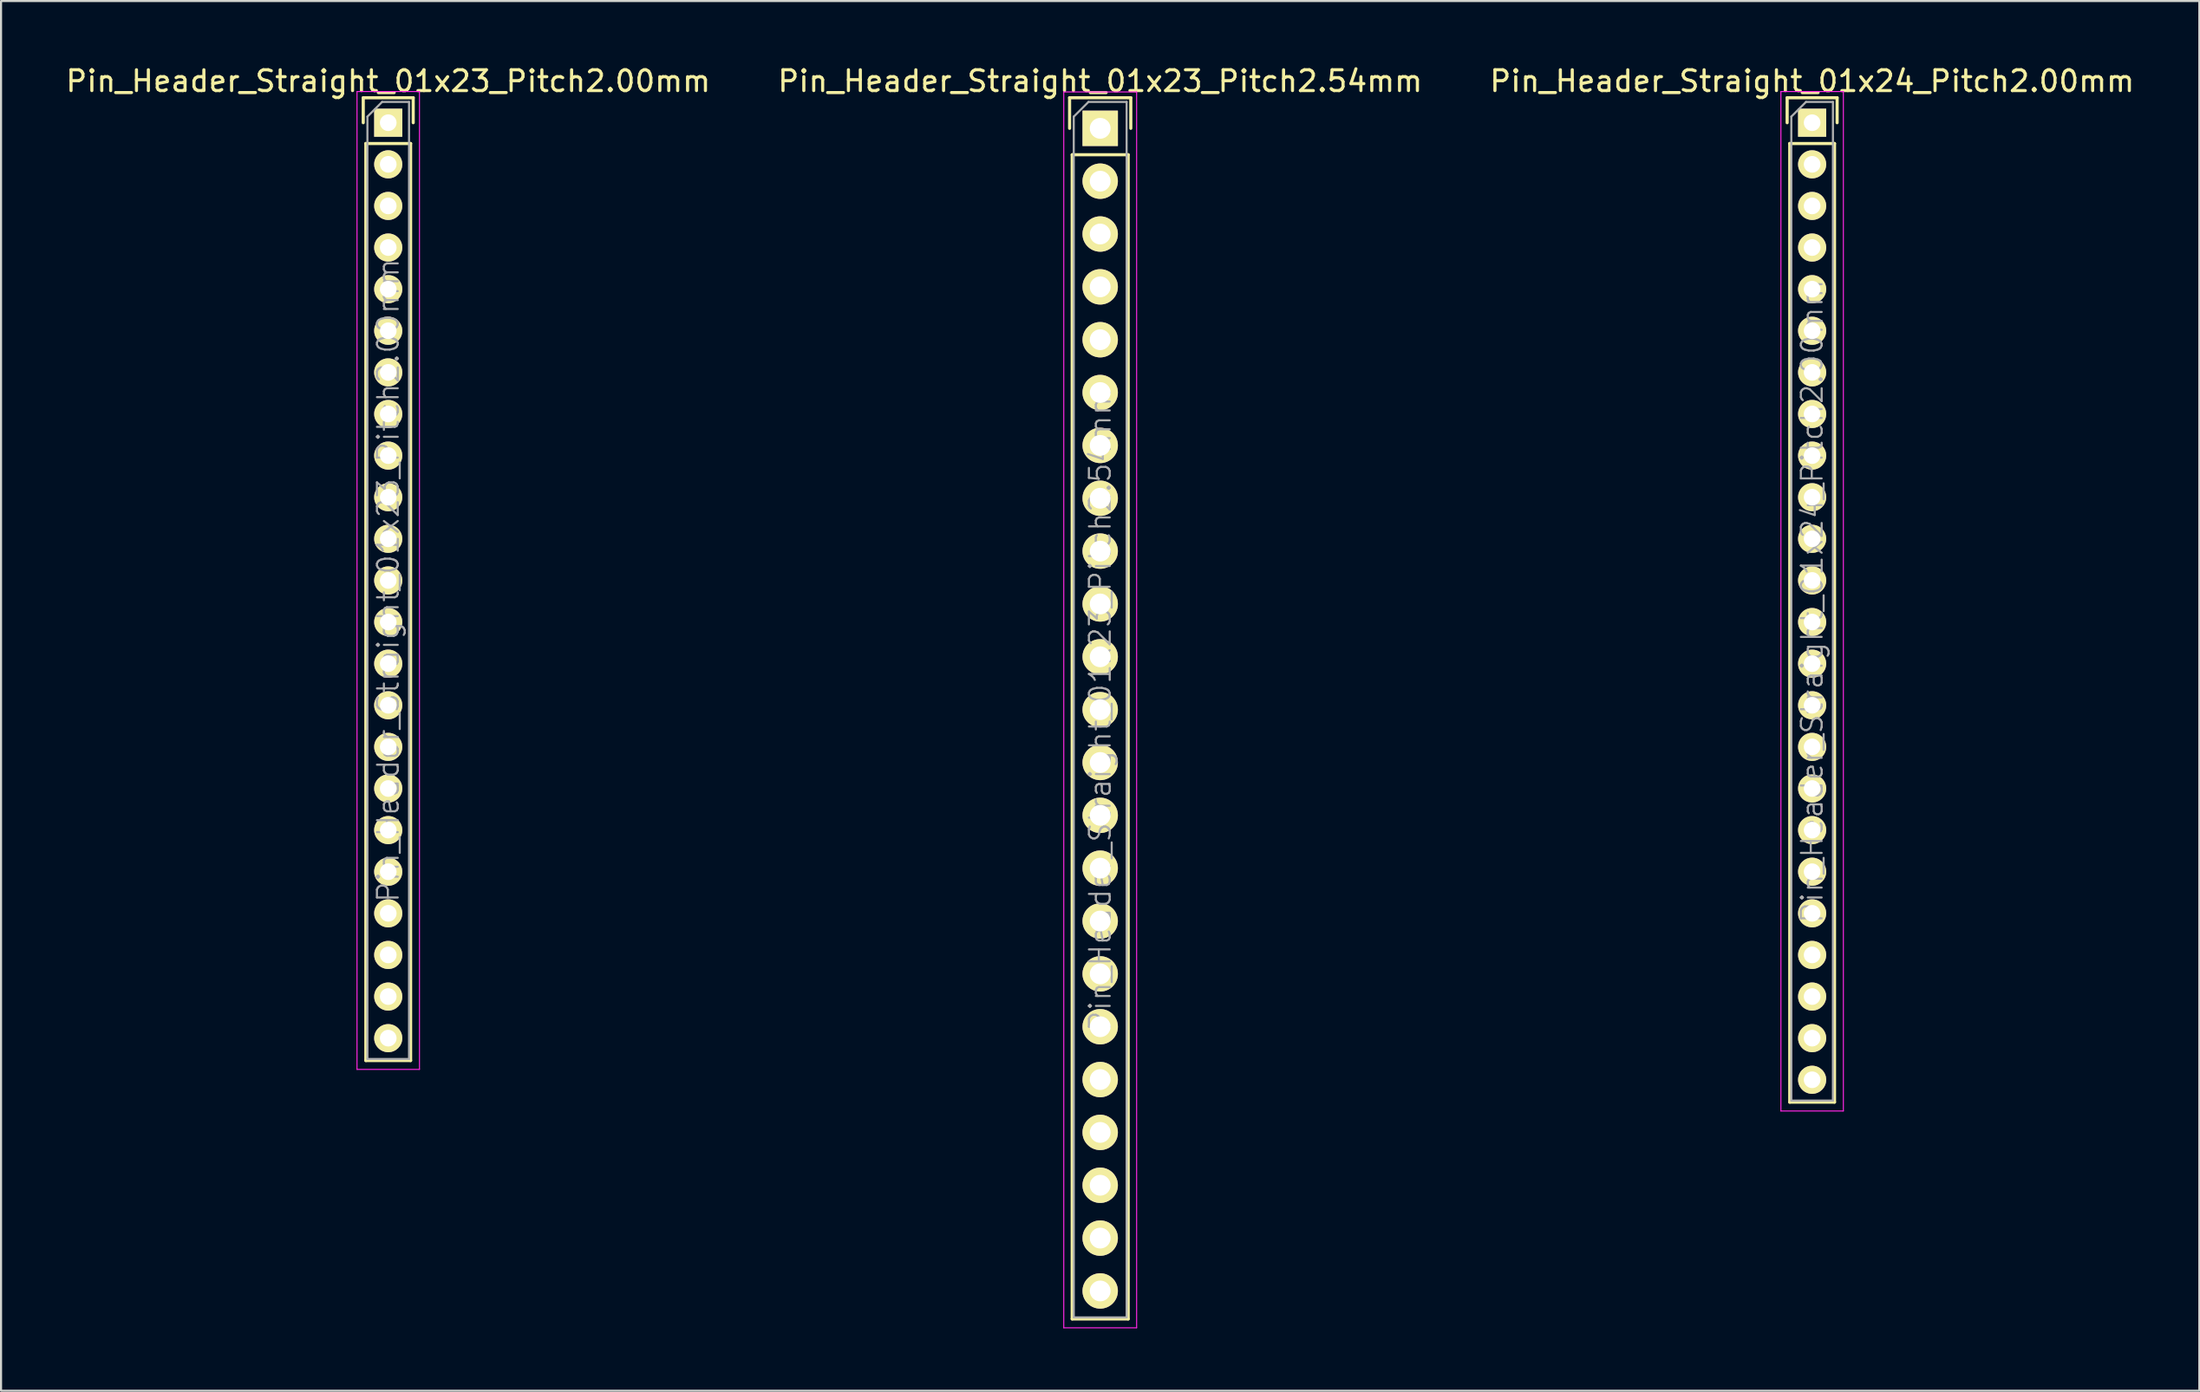
<source format=kicad_pcb>
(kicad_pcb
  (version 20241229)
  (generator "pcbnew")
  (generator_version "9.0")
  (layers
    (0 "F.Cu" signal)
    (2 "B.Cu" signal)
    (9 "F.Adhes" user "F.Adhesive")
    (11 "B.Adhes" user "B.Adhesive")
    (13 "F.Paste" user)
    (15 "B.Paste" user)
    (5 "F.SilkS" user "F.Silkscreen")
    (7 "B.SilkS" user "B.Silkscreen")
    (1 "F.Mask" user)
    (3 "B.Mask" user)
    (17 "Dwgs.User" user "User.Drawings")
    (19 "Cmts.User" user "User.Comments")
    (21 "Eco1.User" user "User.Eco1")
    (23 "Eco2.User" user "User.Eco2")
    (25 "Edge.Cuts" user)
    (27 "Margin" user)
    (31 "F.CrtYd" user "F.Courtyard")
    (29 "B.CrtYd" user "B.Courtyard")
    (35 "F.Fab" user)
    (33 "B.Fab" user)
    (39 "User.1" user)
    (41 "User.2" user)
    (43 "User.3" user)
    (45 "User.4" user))
  (footprint "Pin_Header_Straight_01x24_Pitch2.00mm"
    (layer "F.Cu")
    (at 84.006 2.848)
    (property "Reference" "Pin_Header_Straight_01x24_Pitch2.00mm" (at 0 -2 0) (layer "F.SilkS") (effects (font (size 1 1) (thickness 0.15))))
    (attr smd)
    (fp_line (start -1.2 -1.2) (end -1.2 0) (stroke (width 0.15) (type solid)) (layer "F.SilkS"))
    (fp_line (start -1.2 -1.2) (end 1.2 -1.2) (stroke (width 0.15) (type solid)) (layer "F.SilkS"))
    (fp_line (start -1.075 1) (end -1.075 47.075) (stroke (width 0.15) (type solid)) (layer "F.SilkS"))
    (fp_line (start -1.075 1) (end 1.075 1) (stroke (width 0.15) (type solid)) (layer "F.SilkS"))
    (fp_line (start -1.075 47.075) (end 1.075 47.075) (stroke (width 0.15) (type solid)) (layer "F.SilkS"))
    (fp_line (start 1.075 1) (end 1.075 47.075) (stroke (width 0.15) (type solid)) (layer "F.SilkS"))
    (fp_line (start 1.2 -1.2) (end 1.2 0) (stroke (width 0.15) (type solid)) (layer "F.SilkS"))
    (fp_line (start -1.5 -1.5) (end -1.5 47.5) (stroke (width 0.05) (type solid)) (layer "F.CrtYd"))
    (fp_line (start 1.5 -1.5) (end -1.5 -1.5) (stroke (width 0.05) (type solid)) (layer "F.CrtYd"))
    (fp_line (start 1.5 -1.5) (end 1.5 47.5) (stroke (width 0.05) (type solid)) (layer "F.CrtYd"))
    (fp_line (start 1.5 47.5) (end -1.5 47.5) (stroke (width 0.05) (type solid)) (layer "F.CrtYd"))
    (fp_line (start -1 -0.293) (end -0.293 -1) (stroke (width 0.1) (type solid)) (layer "F.Fab"))
    (fp_line (start -1 47) (end -1 -0.293) (stroke (width 0.1) (type solid)) (layer "F.Fab"))
    (fp_line (start 1 -1) (end -0.293 -1) (stroke (width 0.1) (type solid)) (layer "F.Fab"))
    (fp_line (start 1 47) (end -1 47) (stroke (width 0.1) (type solid)) (layer "F.Fab"))
    (fp_line (start 1 47) (end 1 -1) (stroke (width 0.1) (type solid)) (layer "F.Fab"))
    (fp_text user "${REFERENCE}" (at 0 23 90) (layer "F.Fab") (effects (font (size 1 1) (thickness 0.1))))
    (pad "1" thru_hole rect (at 0 0) (size 1.35 1.35) (drill 0.8) (layers "*.Cu" "*.Mask" "F.SilkS"))
    (pad "2" thru_hole oval (at 0 2) (size 1.35 1.35) (drill 0.8) (layers "*.Cu" "*.Mask" "F.SilkS"))
    (pad "3" thru_hole oval (at 0 4) (size 1.35 1.35) (drill 0.8) (layers "*.Cu" "*.Mask" "F.SilkS"))
    (pad "4" thru_hole oval (at 0 6) (size 1.35 1.35) (drill 0.8) (layers "*.Cu" "*.Mask" "F.SilkS"))
    (pad "5" thru_hole oval (at 0 8) (size 1.35 1.35) (drill 0.8) (layers "*.Cu" "*.Mask" "F.SilkS"))
    (pad "6" thru_hole oval (at 0 10) (size 1.35 1.35) (drill 0.8) (layers "*.Cu" "*.Mask" "F.SilkS"))
    (pad "7" thru_hole oval (at 0 12) (size 1.35 1.35) (drill 0.8) (layers "*.Cu" "*.Mask" "F.SilkS"))
    (pad "8" thru_hole oval (at 0 14) (size 1.35 1.35) (drill 0.8) (layers "*.Cu" "*.Mask" "F.SilkS"))
    (pad "9" thru_hole oval (at 0 16) (size 1.35 1.35) (drill 0.8) (layers "*.Cu" "*.Mask" "F.SilkS"))
    (pad "10" thru_hole oval (at 0 18) (size 1.35 1.35) (drill 0.8) (layers "*.Cu" "*.Mask" "F.SilkS"))
    (pad "11" thru_hole oval (at 0 20) (size 1.35 1.35) (drill 0.8) (layers "*.Cu" "*.Mask" "F.SilkS"))
    (pad "12" thru_hole oval (at 0 22) (size 1.35 1.35) (drill 0.8) (layers "*.Cu" "*.Mask" "F.SilkS"))
    (pad "13" thru_hole oval (at 0 24) (size 1.35 1.35) (drill 0.8) (layers "*.Cu" "*.Mask" "F.SilkS"))
    (pad "14" thru_hole oval (at 0 26) (size 1.35 1.35) (drill 0.8) (layers "*.Cu" "*.Mask" "F.SilkS"))
    (pad "15" thru_hole oval (at 0 28) (size 1.35 1.35) (drill 0.8) (layers "*.Cu" "*.Mask" "F.SilkS"))
    (pad "16" thru_hole oval (at 0 30) (size 1.35 1.35) (drill 0.8) (layers "*.Cu" "*.Mask" "F.SilkS"))
    (pad "17" thru_hole oval (at 0 32) (size 1.35 1.35) (drill 0.8) (layers "*.Cu" "*.Mask" "F.SilkS"))
    (pad "18" thru_hole oval (at 0 34) (size 1.35 1.35) (drill 0.8) (layers "*.Cu" "*.Mask" "F.SilkS"))
    (pad "19" thru_hole oval (at 0 36) (size 1.35 1.35) (drill 0.8) (layers "*.Cu" "*.Mask" "F.SilkS"))
    (pad "20" thru_hole oval (at 0 38) (size 1.35 1.35) (drill 0.8) (layers "*.Cu" "*.Mask" "F.SilkS"))
    (pad "21" thru_hole oval (at 0 40) (size 1.35 1.35) (drill 0.8) (layers "*.Cu" "*.Mask" "F.SilkS"))
    (pad "22" thru_hole oval (at 0 42) (size 1.35 1.35) (drill 0.8) (layers "*.Cu" "*.Mask" "F.SilkS"))
    (pad "23" thru_hole oval (at 0 44) (size 1.35 1.35) (drill 0.8) (layers "*.Cu" "*.Mask" "F.SilkS"))
    (pad "24" thru_hole oval (at 0 46) (size 1.35 1.35) (drill 0.8) (layers "*.Cu" "*.Mask" "F.SilkS")))
  (footprint "Pin_Header_Straight_01x23_Pitch2.54mm"
    (layer "F.Cu")
    (at 49.804 3.118)
    (property "Reference" "Pin_Header_Straight_01x23_Pitch2.54mm" (at 0 -2.27 0) (layer "F.SilkS") (effects (font (size 1 1) (thickness 0.15))))
    (attr smd)
    (fp_line (start -1.47 -1.47) (end -1.47 0) (stroke (width 0.15) (type solid)) (layer "F.SilkS"))
    (fp_line (start -1.47 -1.47) (end 1.47 -1.47) (stroke (width 0.15) (type solid)) (layer "F.SilkS"))
    (fp_line (start -1.345 1.27) (end -1.345 57.225) (stroke (width 0.15) (type solid)) (layer "F.SilkS"))
    (fp_line (start -1.345 1.27) (end 1.345 1.27) (stroke (width 0.15) (type solid)) (layer "F.SilkS"))
    (fp_line (start -1.345 57.225) (end 1.345 57.225) (stroke (width 0.15) (type solid)) (layer "F.SilkS"))
    (fp_line (start 1.345 1.27) (end 1.345 57.225) (stroke (width 0.15) (type solid)) (layer "F.SilkS"))
    (fp_line (start 1.47 -1.47) (end 1.47 0) (stroke (width 0.15) (type solid)) (layer "F.SilkS"))
    (fp_line (start -1.75 -1.75) (end -1.75 57.65) (stroke (width 0.05) (type solid)) (layer "F.CrtYd"))
    (fp_line (start 1.75 -1.75) (end -1.75 -1.75) (stroke (width 0.05) (type solid)) (layer "F.CrtYd"))
    (fp_line (start 1.75 -1.75) (end 1.75 57.65) (stroke (width 0.05) (type solid)) (layer "F.CrtYd"))
    (fp_line (start 1.75 57.65) (end -1.75 57.65) (stroke (width 0.05) (type solid)) (layer "F.CrtYd"))
    (fp_line (start -1.27 -0.563) (end -0.563 -1.27) (stroke (width 0.1) (type solid)) (layer "F.Fab"))
    (fp_line (start -1.27 57.15) (end -1.27 -0.563) (stroke (width 0.1) (type solid)) (layer "F.Fab"))
    (fp_line (start 1.27 -1.27) (end -0.563 -1.27) (stroke (width 0.1) (type solid)) (layer "F.Fab"))
    (fp_line (start 1.27 57.15) (end -1.27 57.15) (stroke (width 0.1) (type solid)) (layer "F.Fab"))
    (fp_line (start 1.27 57.15) (end 1.27 -1.27) (stroke (width 0.1) (type solid)) (layer "F.Fab"))
    (fp_text user "${REFERENCE}" (at 0 27.94 90) (layer "F.Fab") (effects (font (size 1 1) (thickness 0.1))))
    (pad "1" thru_hole rect (at 0 0) (size 1.7 1.7) (drill 1) (layers "*.Cu" "*.Mask" "F.SilkS"))
    (pad "2" thru_hole oval (at 0 2.54) (size 1.7 1.7) (drill 1) (layers "*.Cu" "*.Mask" "F.SilkS"))
    (pad "3" thru_hole oval (at 0 5.08) (size 1.7 1.7) (drill 1) (layers "*.Cu" "*.Mask" "F.SilkS"))
    (pad "4" thru_hole oval (at 0 7.62) (size 1.7 1.7) (drill 1) (layers "*.Cu" "*.Mask" "F.SilkS"))
    (pad "5" thru_hole oval (at 0 10.16) (size 1.7 1.7) (drill 1) (layers "*.Cu" "*.Mask" "F.SilkS"))
    (pad "6" thru_hole oval (at 0 12.7) (size 1.7 1.7) (drill 1) (layers "*.Cu" "*.Mask" "F.SilkS"))
    (pad "7" thru_hole oval (at 0 15.24) (size 1.7 1.7) (drill 1) (layers "*.Cu" "*.Mask" "F.SilkS"))
    (pad "8" thru_hole oval (at 0 17.78) (size 1.7 1.7) (drill 1) (layers "*.Cu" "*.Mask" "F.SilkS"))
    (pad "9" thru_hole oval (at 0 20.32) (size 1.7 1.7) (drill 1) (layers "*.Cu" "*.Mask" "F.SilkS"))
    (pad "10" thru_hole oval (at 0 22.86) (size 1.7 1.7) (drill 1) (layers "*.Cu" "*.Mask" "F.SilkS"))
    (pad "11" thru_hole oval (at 0 25.4) (size 1.7 1.7) (drill 1) (layers "*.Cu" "*.Mask" "F.SilkS"))
    (pad "12" thru_hole oval (at 0 27.94) (size 1.7 1.7) (drill 1) (layers "*.Cu" "*.Mask" "F.SilkS"))
    (pad "13" thru_hole oval (at 0 30.48) (size 1.7 1.7) (drill 1) (layers "*.Cu" "*.Mask" "F.SilkS"))
    (pad "14" thru_hole oval (at 0 33.02) (size 1.7 1.7) (drill 1) (layers "*.Cu" "*.Mask" "F.SilkS"))
    (pad "15" thru_hole oval (at 0 35.56) (size 1.7 1.7) (drill 1) (layers "*.Cu" "*.Mask" "F.SilkS"))
    (pad "16" thru_hole oval (at 0 38.1) (size 1.7 1.7) (drill 1) (layers "*.Cu" "*.Mask" "F.SilkS"))
    (pad "17" thru_hole oval (at 0 40.64) (size 1.7 1.7) (drill 1) (layers "*.Cu" "*.Mask" "F.SilkS"))
    (pad "18" thru_hole oval (at 0 43.18) (size 1.7 1.7) (drill 1) (layers "*.Cu" "*.Mask" "F.SilkS"))
    (pad "19" thru_hole oval (at 0 45.72) (size 1.7 1.7) (drill 1) (layers "*.Cu" "*.Mask" "F.SilkS"))
    (pad "20" thru_hole oval (at 0 48.26) (size 1.7 1.7) (drill 1) (layers "*.Cu" "*.Mask" "F.SilkS"))
    (pad "21" thru_hole oval (at 0 50.8) (size 1.7 1.7) (drill 1) (layers "*.Cu" "*.Mask" "F.SilkS"))
    (pad "22" thru_hole oval (at 0 53.34) (size 1.7 1.7) (drill 1) (layers "*.Cu" "*.Mask" "F.SilkS"))
    (pad "23" thru_hole oval (at 0 55.88) (size 1.7 1.7) (drill 1) (layers "*.Cu" "*.Mask" "F.SilkS")))
  (footprint "Pin_Header_Straight_01x23_Pitch2.00mm"
    (layer "F.Cu")
    (at 15.601 2.848)
    (property "Reference" "Pin_Header_Straight_01x23_Pitch2.00mm" (at 0 -2 0) (layer "F.SilkS") (effects (font (size 1 1) (thickness 0.15))))
    (attr smd)
    (fp_line (start -1.2 -1.2) (end -1.2 0) (stroke (width 0.15) (type solid)) (layer "F.SilkS"))
    (fp_line (start -1.2 -1.2) (end 1.2 -1.2) (stroke (width 0.15) (type solid)) (layer "F.SilkS"))
    (fp_line (start -1.075 1) (end -1.075 45.075) (stroke (width 0.15) (type solid)) (layer "F.SilkS"))
    (fp_line (start -1.075 1) (end 1.075 1) (stroke (width 0.15) (type solid)) (layer "F.SilkS"))
    (fp_line (start -1.075 45.075) (end 1.075 45.075) (stroke (width 0.15) (type solid)) (layer "F.SilkS"))
    (fp_line (start 1.075 1) (end 1.075 45.075) (stroke (width 0.15) (type solid)) (layer "F.SilkS"))
    (fp_line (start 1.2 -1.2) (end 1.2 0) (stroke (width 0.15) (type solid)) (layer "F.SilkS"))
    (fp_line (start -1.5 -1.5) (end -1.5 45.5) (stroke (width 0.05) (type solid)) (layer "F.CrtYd"))
    (fp_line (start 1.5 -1.5) (end -1.5 -1.5) (stroke (width 0.05) (type solid)) (layer "F.CrtYd"))
    (fp_line (start 1.5 -1.5) (end 1.5 45.5) (stroke (width 0.05) (type solid)) (layer "F.CrtYd"))
    (fp_line (start 1.5 45.5) (end -1.5 45.5) (stroke (width 0.05) (type solid)) (layer "F.CrtYd"))
    (fp_line (start -1 -0.293) (end -0.293 -1) (stroke (width 0.1) (type solid)) (layer "F.Fab"))
    (fp_line (start -1 45) (end -1 -0.293) (stroke (width 0.1) (type solid)) (layer "F.Fab"))
    (fp_line (start 1 -1) (end -0.293 -1) (stroke (width 0.1) (type solid)) (layer "F.Fab"))
    (fp_line (start 1 45) (end -1 45) (stroke (width 0.1) (type solid)) (layer "F.Fab"))
    (fp_line (start 1 45) (end 1 -1) (stroke (width 0.1) (type solid)) (layer "F.Fab"))
    (fp_text user "${REFERENCE}" (at 0 22 90) (layer "F.Fab") (effects (font (size 1 1) (thickness 0.1))))
    (pad "1" thru_hole rect (at 0 0) (size 1.35 1.35) (drill 0.8) (layers "*.Cu" "*.Mask" "F.SilkS"))
    (pad "2" thru_hole oval (at 0 2) (size 1.35 1.35) (drill 0.8) (layers "*.Cu" "*.Mask" "F.SilkS"))
    (pad "3" thru_hole oval (at 0 4) (size 1.35 1.35) (drill 0.8) (layers "*.Cu" "*.Mask" "F.SilkS"))
    (pad "4" thru_hole oval (at 0 6) (size 1.35 1.35) (drill 0.8) (layers "*.Cu" "*.Mask" "F.SilkS"))
    (pad "5" thru_hole oval (at 0 8) (size 1.35 1.35) (drill 0.8) (layers "*.Cu" "*.Mask" "F.SilkS"))
    (pad "6" thru_hole oval (at 0 10) (size 1.35 1.35) (drill 0.8) (layers "*.Cu" "*.Mask" "F.SilkS"))
    (pad "7" thru_hole oval (at 0 12) (size 1.35 1.35) (drill 0.8) (layers "*.Cu" "*.Mask" "F.SilkS"))
    (pad "8" thru_hole oval (at 0 14) (size 1.35 1.35) (drill 0.8) (layers "*.Cu" "*.Mask" "F.SilkS"))
    (pad "9" thru_hole oval (at 0 16) (size 1.35 1.35) (drill 0.8) (layers "*.Cu" "*.Mask" "F.SilkS"))
    (pad "10" thru_hole oval (at 0 18) (size 1.35 1.35) (drill 0.8) (layers "*.Cu" "*.Mask" "F.SilkS"))
    (pad "11" thru_hole oval (at 0 20) (size 1.35 1.35) (drill 0.8) (layers "*.Cu" "*.Mask" "F.SilkS"))
    (pad "12" thru_hole oval (at 0 22) (size 1.35 1.35) (drill 0.8) (layers "*.Cu" "*.Mask" "F.SilkS"))
    (pad "13" thru_hole oval (at 0 24) (size 1.35 1.35) (drill 0.8) (layers "*.Cu" "*.Mask" "F.SilkS"))
    (pad "14" thru_hole oval (at 0 26) (size 1.35 1.35) (drill 0.8) (layers "*.Cu" "*.Mask" "F.SilkS"))
    (pad "15" thru_hole oval (at 0 28) (size 1.35 1.35) (drill 0.8) (layers "*.Cu" "*.Mask" "F.SilkS"))
    (pad "16" thru_hole oval (at 0 30) (size 1.35 1.35) (drill 0.8) (layers "*.Cu" "*.Mask" "F.SilkS"))
    (pad "17" thru_hole oval (at 0 32) (size 1.35 1.35) (drill 0.8) (layers "*.Cu" "*.Mask" "F.SilkS"))
    (pad "18" thru_hole oval (at 0 34) (size 1.35 1.35) (drill 0.8) (layers "*.Cu" "*.Mask" "F.SilkS"))
    (pad "19" thru_hole oval (at 0 36) (size 1.35 1.35) (drill 0.8) (layers "*.Cu" "*.Mask" "F.SilkS"))
    (pad "20" thru_hole oval (at 0 38) (size 1.35 1.35) (drill 0.8) (layers "*.Cu" "*.Mask" "F.SilkS"))
    (pad "21" thru_hole oval (at 0 40) (size 1.35 1.35) (drill 0.8) (layers "*.Cu" "*.Mask" "F.SilkS"))
    (pad "22" thru_hole oval (at 0 42) (size 1.35 1.35) (drill 0.8) (layers "*.Cu" "*.Mask" "F.SilkS"))
    (pad "23" thru_hole oval (at 0 44) (size 1.35 1.35) (drill 0.8) (layers "*.Cu" "*.Mask" "F.SilkS")))
  (gr_rect
    (start -3 -3)
    (end 102.607 63.793)
    (stroke (width 0.1) (type default))
    (fill no)
    (layer "Edge.Cuts")))
</source>
